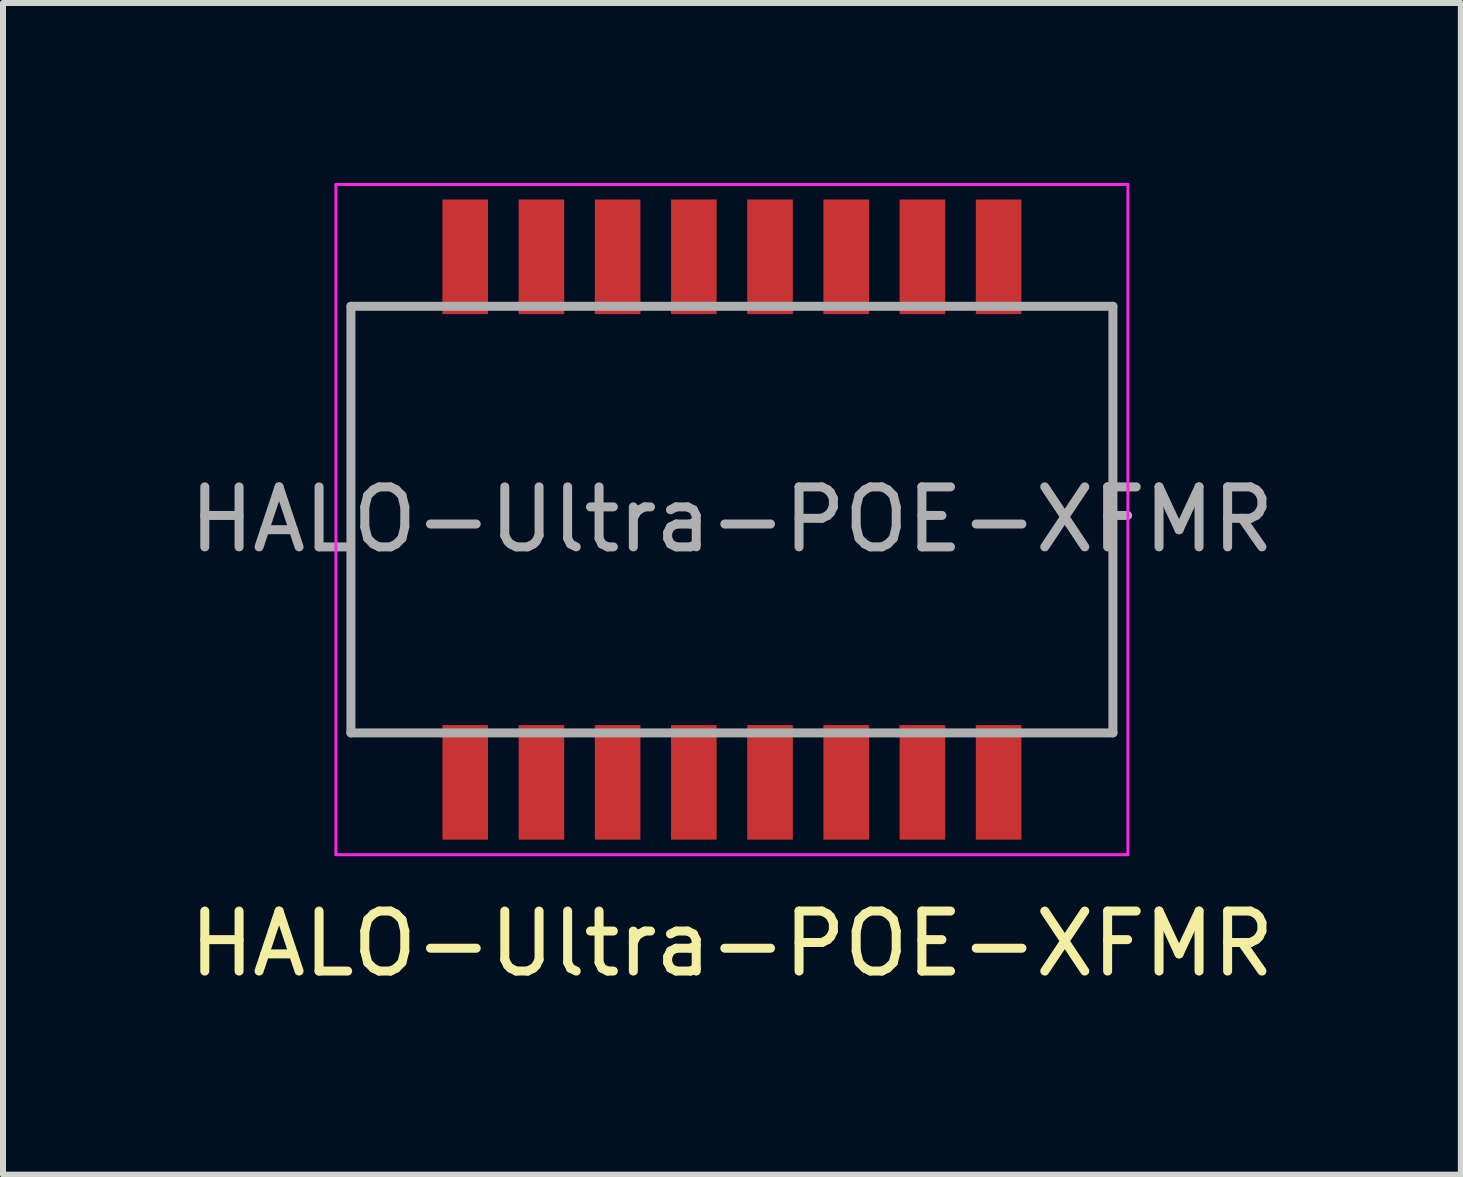
<source format=kicad_pcb>
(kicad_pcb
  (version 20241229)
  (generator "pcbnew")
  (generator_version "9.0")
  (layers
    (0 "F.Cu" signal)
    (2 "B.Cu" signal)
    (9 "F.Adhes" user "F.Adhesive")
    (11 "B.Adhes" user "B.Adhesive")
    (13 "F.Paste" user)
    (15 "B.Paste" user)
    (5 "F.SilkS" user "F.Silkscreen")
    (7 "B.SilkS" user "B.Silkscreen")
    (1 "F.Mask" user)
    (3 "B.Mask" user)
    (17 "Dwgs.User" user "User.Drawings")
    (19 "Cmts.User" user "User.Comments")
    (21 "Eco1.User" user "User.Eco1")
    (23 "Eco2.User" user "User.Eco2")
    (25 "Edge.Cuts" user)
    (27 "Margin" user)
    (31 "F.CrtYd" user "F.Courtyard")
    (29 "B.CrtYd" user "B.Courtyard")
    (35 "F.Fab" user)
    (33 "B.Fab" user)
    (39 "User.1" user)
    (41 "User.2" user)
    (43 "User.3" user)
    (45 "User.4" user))
  (footprint "HALO-Ultra-POE-XFMR"
    (layer "F.Cu")
    (at 9.149 5.61)
    (property "Reference" "HALO-Ultra-POE-XFMR" (at 0 7.07 0) (layer "F.SilkS") (effects (font (size 1 1) (thickness 0.15))))
    (attr through_hole)
    (fp_line (start -6.6 -5.585) (end -6.6 5.585) (stroke (width 0.05) (type solid)) (layer "F.CrtYd"))
    (fp_line (start -6.6 -5.585) (end 6.6 -5.585) (stroke (width 0.05) (type solid)) (layer "F.CrtYd"))
    (fp_line (start -6.6 5.585) (end 6.6 5.585) (stroke (width 0.05) (type solid)) (layer "F.CrtYd"))
    (fp_line (start 6.6 -5.585) (end 6.6 5.585) (stroke (width 0.05) (type solid)) (layer "F.CrtYd"))
    (fp_line (start -6.35 -3.555) (end -6.35 3.555) (stroke (width 0.15) (type solid)) (layer "F.Fab"))
    (fp_line (start -6.35 3.555) (end 6.35 3.555) (stroke (width 0.15) (type solid)) (layer "F.Fab"))
    (fp_line (start 6.35 -3.555) (end -6.35 -3.555) (stroke (width 0.15) (type solid)) (layer "F.Fab"))
    (fp_line (start 6.35 3.555) (end 6.35 -3.555) (stroke (width 0.15) (type solid)) (layer "F.Fab"))
    (fp_text user "${REFERENCE}" (at 0 0 0) (layer "F.Fab") (effects (font (size 1 1) (thickness 0.15))))
    (pad "1" smd rect (at -4.445 4.38) (size 0.76 1.91) (layers "F.Cu" "F.Mask" "F.Paste"))
    (pad "2" smd rect (at -3.175 4.38) (size 0.76 1.91) (layers "F.Cu" "F.Mask" "F.Paste"))
    (pad "3" smd rect (at -1.905 4.38) (size 0.76 1.91) (layers "F.Cu" "F.Mask" "F.Paste"))
    (pad "4" smd rect (at -0.635 4.38) (size 0.76 1.91) (layers "F.Cu" "F.Mask" "F.Paste"))
    (pad "5" smd rect (at 0.635 4.38) (size 0.76 1.91) (layers "F.Cu" "F.Mask" "F.Paste"))
    (pad "6" smd rect (at 1.905 4.38) (size 0.76 1.91) (layers "F.Cu" "F.Mask" "F.Paste"))
    (pad "7" smd rect (at 3.175 4.38) (size 0.76 1.91) (layers "F.Cu" "F.Mask" "F.Paste"))
    (pad "8" smd rect (at 4.445 4.38) (size 0.76 1.91) (layers "F.Cu" "F.Mask" "F.Paste"))
    (pad "9" smd rect (at 4.445 -4.38) (size 0.76 1.91) (layers "F.Cu" "F.Mask" "F.Paste"))
    (pad "10" smd rect (at 3.175 -4.38) (size 0.76 1.91) (layers "F.Cu" "F.Mask" "F.Paste"))
    (pad "11" smd rect (at 1.905 -4.38) (size 0.76 1.91) (layers "F.Cu" "F.Mask" "F.Paste"))
    (pad "12" smd rect (at 0.635 -4.38) (size 0.76 1.91) (layers "F.Cu" "F.Mask" "F.Paste"))
    (pad "13" smd rect (at -0.635 -4.38) (size 0.76 1.91) (layers "F.Cu" "F.Mask" "F.Paste"))
    (pad "14" smd rect (at -1.905 -4.38) (size 0.76 1.91) (layers "F.Cu" "F.Mask" "F.Paste"))
    (pad "15" smd rect (at -3.175 -4.38) (size 0.76 1.91) (layers "F.Cu" "F.Mask" "F.Paste"))
    (pad "16" smd rect (at -4.445 -4.38) (size 0.76 1.91) (layers "F.Cu" "F.Mask" "F.Paste")))
  (gr_rect
    (start -3 -3)
    (end 21.298 16.528)
    (stroke (width 0.1) (type default))
    (fill no)
    (layer "Edge.Cuts")))
</source>
